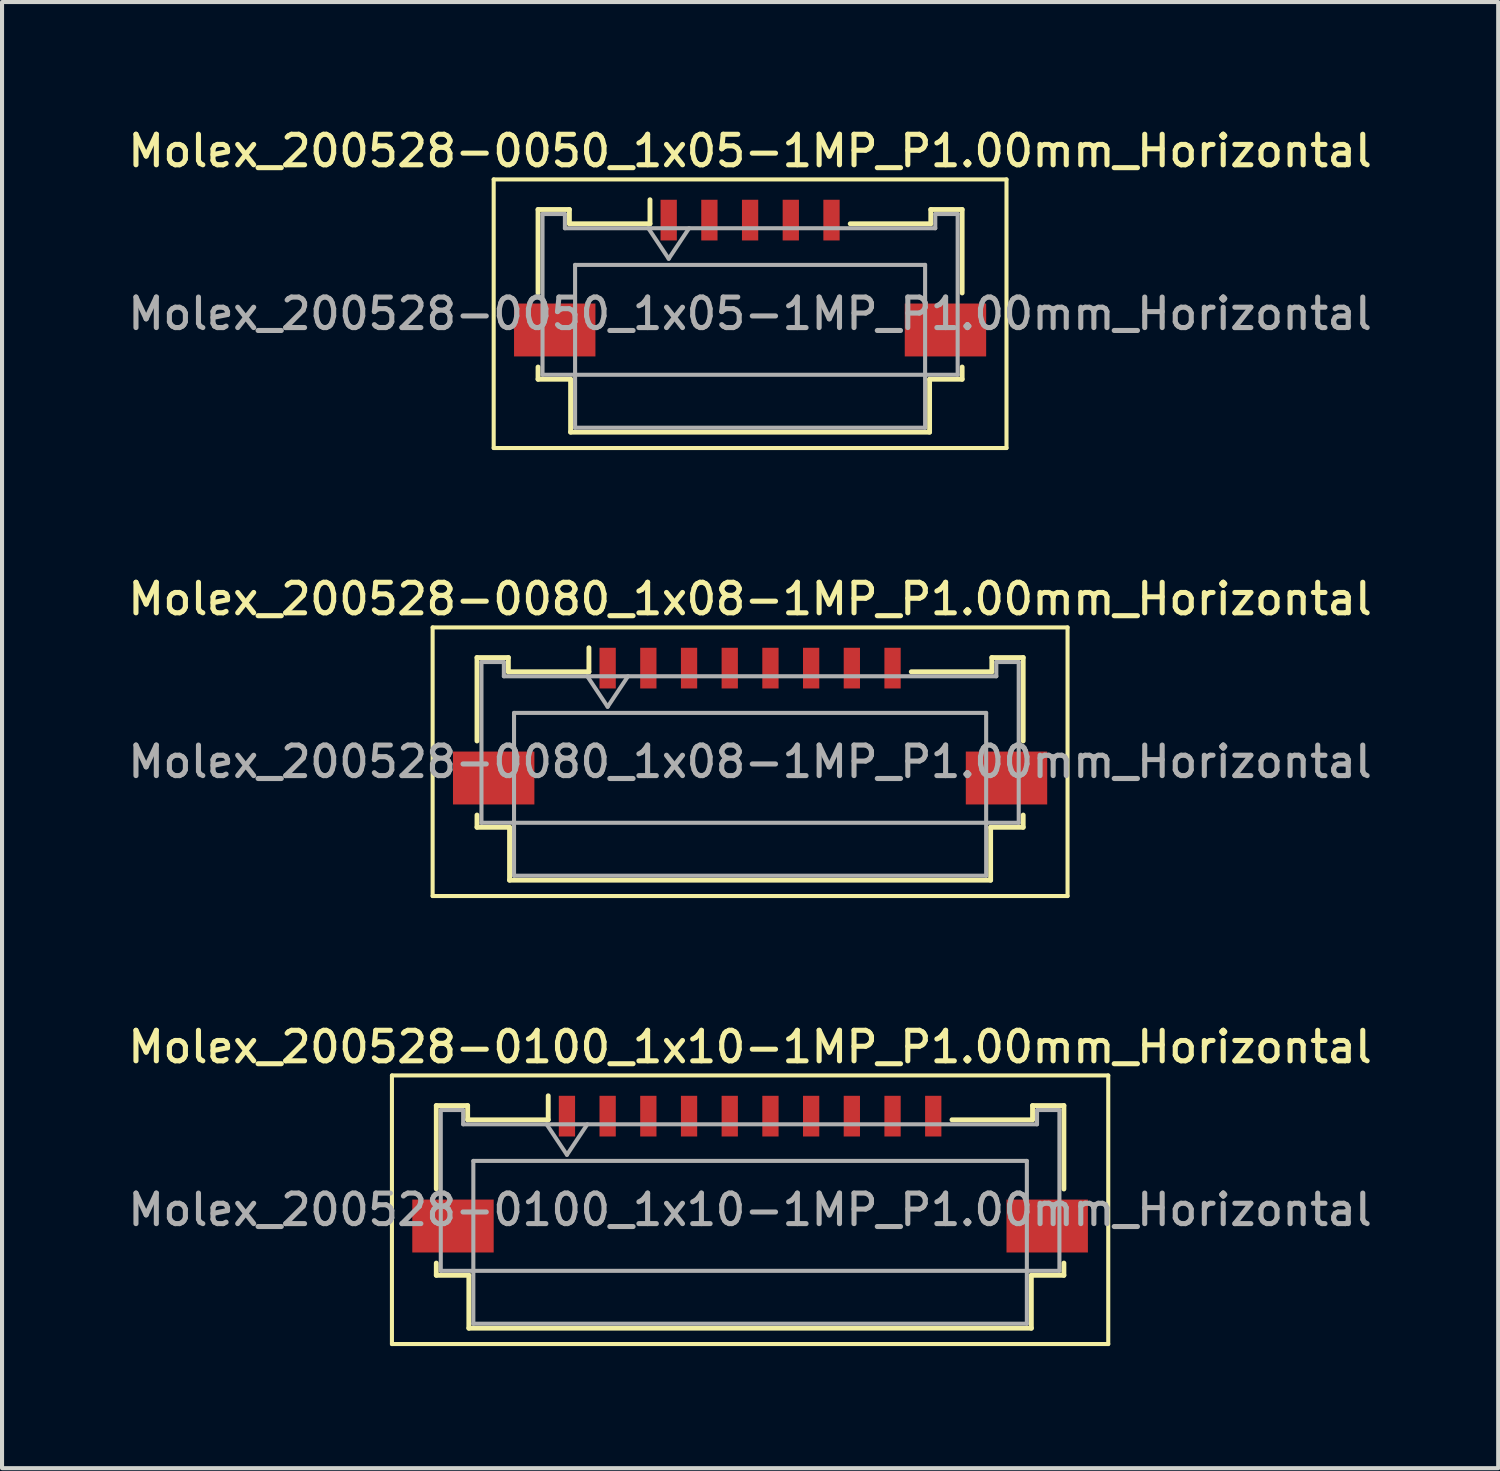
<source format=kicad_pcb>
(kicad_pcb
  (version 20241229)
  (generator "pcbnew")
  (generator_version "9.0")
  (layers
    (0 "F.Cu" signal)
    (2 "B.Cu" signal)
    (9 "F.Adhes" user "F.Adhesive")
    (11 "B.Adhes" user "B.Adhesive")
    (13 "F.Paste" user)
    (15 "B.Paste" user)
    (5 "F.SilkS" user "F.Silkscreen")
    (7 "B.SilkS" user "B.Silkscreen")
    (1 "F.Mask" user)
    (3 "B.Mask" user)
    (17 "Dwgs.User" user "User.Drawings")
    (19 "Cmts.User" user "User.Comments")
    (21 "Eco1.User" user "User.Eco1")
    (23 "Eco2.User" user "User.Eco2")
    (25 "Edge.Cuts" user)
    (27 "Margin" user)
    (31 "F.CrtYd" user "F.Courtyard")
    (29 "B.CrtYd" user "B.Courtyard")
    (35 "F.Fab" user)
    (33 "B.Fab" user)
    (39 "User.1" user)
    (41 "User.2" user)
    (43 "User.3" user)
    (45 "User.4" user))
  (footprint "Molex_200528-0100_1x10-1MP_P1.00mm_Horizontal"
    (layer "F.Cu")
    (at 15.38 25.284)
    (property "Reference" "Molex_200528-0100_1x10-1MP_P1.00mm_Horizontal" (at 0 -2.61 0) (layer "F.SilkS") (effects (font (size 0.75 0.75) (thickness 0.125))))
    (attr smd)
    (fp_line (start -8.8 -1.91) (end -8.8 4.69) (stroke (width 0.1) (type solid)) (layer "F.SilkS"))
    (fp_line (start -8.8 4.69) (end 8.8 4.69) (stroke (width 0.1) (type solid)) (layer "F.SilkS"))
    (fp_line (start -7.71 -1.17) (end -7.71 0.88) (stroke (width 0.12) (type solid)) (layer "F.SilkS"))
    (fp_line (start -7.71 2.7) (end -7.71 3) (stroke (width 0.12) (type solid)) (layer "F.SilkS"))
    (fp_line (start -7.71 3) (end -6.91 3) (stroke (width 0.12) (type solid)) (layer "F.SilkS"))
    (fp_line (start -6.94 -1.17) (end -7.71 -1.17) (stroke (width 0.12) (type solid)) (layer "F.SilkS"))
    (fp_line (start -6.94 -0.82) (end -6.94 -1.17) (stroke (width 0.12) (type solid)) (layer "F.SilkS"))
    (fp_line (start -6.91 3) (end -6.91 4.3) (stroke (width 0.12) (type solid)) (layer "F.SilkS"))
    (fp_line (start -6.91 4.3) (end 6.91 4.3) (stroke (width 0.12) (type solid)) (layer "F.SilkS"))
    (fp_line (start -4.96 -1.41) (end -4.96 -0.82) (stroke (width 0.12) (type solid)) (layer "F.SilkS"))
    (fp_line (start -4.96 -0.82) (end -6.94 -0.82) (stroke (width 0.12) (type solid)) (layer "F.SilkS"))
    (fp_line (start 6.91 3) (end 7.71 3) (stroke (width 0.12) (type solid)) (layer "F.SilkS"))
    (fp_line (start 6.91 4.3) (end 6.91 3) (stroke (width 0.12) (type solid)) (layer "F.SilkS"))
    (fp_line (start 6.94 -1.17) (end 6.94 -0.82) (stroke (width 0.12) (type solid)) (layer "F.SilkS"))
    (fp_line (start 6.94 -0.82) (end 4.96 -0.82) (stroke (width 0.12) (type solid)) (layer "F.SilkS"))
    (fp_line (start 7.71 -1.17) (end 6.94 -1.17) (stroke (width 0.12) (type solid)) (layer "F.SilkS"))
    (fp_line (start 7.71 0.88) (end 7.71 -1.17) (stroke (width 0.12) (type solid)) (layer "F.SilkS"))
    (fp_line (start 7.71 3) (end 7.71 2.7) (stroke (width 0.12) (type solid)) (layer "F.SilkS"))
    (fp_line (start 8.8 -1.91) (end -8.8 -1.91) (stroke (width 0.1) (type solid)) (layer "F.SilkS"))
    (fp_line (start 8.8 4.69) (end 8.8 -1.91) (stroke (width 0.1) (type solid)) (layer "F.SilkS"))
    (fp_line (start -7.6 -1.06) (end -7.6 2.89) (stroke (width 0.1) (type solid)) (layer "F.Fab"))
    (fp_line (start -7.6 2.89) (end 7.6 2.89) (stroke (width 0.1) (type solid)) (layer "F.Fab"))
    (fp_line (start -7.05 -1.06) (end -7.6 -1.06) (stroke (width 0.1) (type solid)) (layer "F.Fab"))
    (fp_line (start -7.05 -0.71) (end -7.05 -1.06) (stroke (width 0.1) (type solid)) (layer "F.Fab"))
    (fp_line (start -6.8 0.19) (end -6.8 4.19) (stroke (width 0.1) (type solid)) (layer "F.Fab"))
    (fp_line (start -6.8 4.19) (end 6.8 4.19) (stroke (width 0.1) (type solid)) (layer "F.Fab"))
    (fp_line (start -5 -0.71) (end -4.5 0.04) (stroke (width 0.1) (type solid)) (layer "F.Fab"))
    (fp_line (start -4.5 0.04) (end -4 -0.71) (stroke (width 0.1) (type solid)) (layer "F.Fab"))
    (fp_line (start 6.8 0.19) (end -6.8 0.19) (stroke (width 0.1) (type solid)) (layer "F.Fab"))
    (fp_line (start 6.8 4.19) (end 6.8 0.19) (stroke (width 0.1) (type solid)) (layer "F.Fab"))
    (fp_line (start 7.05 -1.06) (end 7.05 -0.71) (stroke (width 0.1) (type solid)) (layer "F.Fab"))
    (fp_line (start 7.05 -0.71) (end -7.05 -0.71) (stroke (width 0.1) (type solid)) (layer "F.Fab"))
    (fp_line (start 7.6 -1.06) (end 7.05 -1.06) (stroke (width 0.1) (type solid)) (layer "F.Fab"))
    (fp_line (start 7.6 2.89) (end 7.6 -1.06) (stroke (width 0.1) (type solid)) (layer "F.Fab"))
    (fp_text user "${REFERENCE}" (at 0 1.39 0) (layer "F.Fab") (effects (font (size 0.75 0.75) (thickness 0.125))))
    (pad "1" smd rect (at -4.5 -0.91) (size 0.4 1) (layers "F.Cu" "F.Mask" "F.Paste"))
    (pad "2" smd rect (at -3.5 -0.91) (size 0.4 1) (layers "F.Cu" "F.Mask" "F.Paste"))
    (pad "3" smd rect (at -2.5 -0.91) (size 0.4 1) (layers "F.Cu" "F.Mask" "F.Paste"))
    (pad "4" smd rect (at -1.5 -0.91) (size 0.4 1) (layers "F.Cu" "F.Mask" "F.Paste"))
    (pad "5" smd rect (at -0.5 -0.91) (size 0.4 1) (layers "F.Cu" "F.Mask" "F.Paste"))
    (pad "6" smd rect (at 0.5 -0.91) (size 0.4 1) (layers "F.Cu" "F.Mask" "F.Paste"))
    (pad "7" smd rect (at 1.5 -0.91) (size 0.4 1) (layers "F.Cu" "F.Mask" "F.Paste"))
    (pad "8" smd rect (at 2.5 -0.91) (size 0.4 1) (layers "F.Cu" "F.Mask" "F.Paste"))
    (pad "9" smd rect (at 3.5 -0.91) (size 0.4 1) (layers "F.Cu" "F.Mask" "F.Paste"))
    (pad "10" smd rect (at 4.5 -0.91) (size 0.4 1) (layers "F.Cu" "F.Mask" "F.Paste"))
    (pad "MP" smd rect (at -7.3 1.79) (size 2 1.3) (layers "F.Cu" "F.Mask" "F.Paste"))
    (pad "MP" smd rect (at 7.3 1.79) (size 2 1.3) (layers "F.Cu" "F.Mask" "F.Paste")))
  (footprint "Molex_200528-0080_1x08-1MP_P1.00mm_Horizontal"
    (layer "F.Cu")
    (at 15.38 14.276)
    (property "Reference" "Molex_200528-0080_1x08-1MP_P1.00mm_Horizontal" (at 0 -2.61 0) (layer "F.SilkS") (effects (font (size 0.75 0.75) (thickness 0.125))))
    (attr smd)
    (fp_line (start -7.8 -1.91) (end -7.8 4.69) (stroke (width 0.1) (type solid)) (layer "F.SilkS"))
    (fp_line (start -7.8 4.69) (end 7.8 4.69) (stroke (width 0.1) (type solid)) (layer "F.SilkS"))
    (fp_line (start -6.71 -1.17) (end -6.71 0.88) (stroke (width 0.12) (type solid)) (layer "F.SilkS"))
    (fp_line (start -6.71 2.7) (end -6.71 3) (stroke (width 0.12) (type solid)) (layer "F.SilkS"))
    (fp_line (start -6.71 3) (end -5.91 3) (stroke (width 0.12) (type solid)) (layer "F.SilkS"))
    (fp_line (start -5.94 -1.17) (end -6.71 -1.17) (stroke (width 0.12) (type solid)) (layer "F.SilkS"))
    (fp_line (start -5.94 -0.82) (end -5.94 -1.17) (stroke (width 0.12) (type solid)) (layer "F.SilkS"))
    (fp_line (start -5.91 3) (end -5.91 4.3) (stroke (width 0.12) (type solid)) (layer "F.SilkS"))
    (fp_line (start -5.91 4.3) (end 5.91 4.3) (stroke (width 0.12) (type solid)) (layer "F.SilkS"))
    (fp_line (start -3.96 -1.41) (end -3.96 -0.82) (stroke (width 0.12) (type solid)) (layer "F.SilkS"))
    (fp_line (start -3.96 -0.82) (end -5.94 -0.82) (stroke (width 0.12) (type solid)) (layer "F.SilkS"))
    (fp_line (start 5.91 3) (end 6.71 3) (stroke (width 0.12) (type solid)) (layer "F.SilkS"))
    (fp_line (start 5.91 4.3) (end 5.91 3) (stroke (width 0.12) (type solid)) (layer "F.SilkS"))
    (fp_line (start 5.94 -1.17) (end 5.94 -0.82) (stroke (width 0.12) (type solid)) (layer "F.SilkS"))
    (fp_line (start 5.94 -0.82) (end 3.96 -0.82) (stroke (width 0.12) (type solid)) (layer "F.SilkS"))
    (fp_line (start 6.71 -1.17) (end 5.94 -1.17) (stroke (width 0.12) (type solid)) (layer "F.SilkS"))
    (fp_line (start 6.71 0.88) (end 6.71 -1.17) (stroke (width 0.12) (type solid)) (layer "F.SilkS"))
    (fp_line (start 6.71 3) (end 6.71 2.7) (stroke (width 0.12) (type solid)) (layer "F.SilkS"))
    (fp_line (start 7.8 -1.91) (end -7.8 -1.91) (stroke (width 0.1) (type solid)) (layer "F.SilkS"))
    (fp_line (start 7.8 4.69) (end 7.8 -1.91) (stroke (width 0.1) (type solid)) (layer "F.SilkS"))
    (fp_line (start -6.6 -1.06) (end -6.6 2.89) (stroke (width 0.1) (type solid)) (layer "F.Fab"))
    (fp_line (start -6.6 2.89) (end 6.6 2.89) (stroke (width 0.1) (type solid)) (layer "F.Fab"))
    (fp_line (start -6.05 -1.06) (end -6.6 -1.06) (stroke (width 0.1) (type solid)) (layer "F.Fab"))
    (fp_line (start -6.05 -0.71) (end -6.05 -1.06) (stroke (width 0.1) (type solid)) (layer "F.Fab"))
    (fp_line (start -5.8 0.19) (end -5.8 4.19) (stroke (width 0.1) (type solid)) (layer "F.Fab"))
    (fp_line (start -5.8 4.19) (end 5.8 4.19) (stroke (width 0.1) (type solid)) (layer "F.Fab"))
    (fp_line (start -4 -0.71) (end -3.5 0.04) (stroke (width 0.1) (type solid)) (layer "F.Fab"))
    (fp_line (start -3.5 0.04) (end -3 -0.71) (stroke (width 0.1) (type solid)) (layer "F.Fab"))
    (fp_line (start 5.8 0.19) (end -5.8 0.19) (stroke (width 0.1) (type solid)) (layer "F.Fab"))
    (fp_line (start 5.8 4.19) (end 5.8 0.19) (stroke (width 0.1) (type solid)) (layer "F.Fab"))
    (fp_line (start 6.05 -1.06) (end 6.05 -0.71) (stroke (width 0.1) (type solid)) (layer "F.Fab"))
    (fp_line (start 6.05 -0.71) (end -6.05 -0.71) (stroke (width 0.1) (type solid)) (layer "F.Fab"))
    (fp_line (start 6.6 -1.06) (end 6.05 -1.06) (stroke (width 0.1) (type solid)) (layer "F.Fab"))
    (fp_line (start 6.6 2.89) (end 6.6 -1.06) (stroke (width 0.1) (type solid)) (layer "F.Fab"))
    (fp_text user "${REFERENCE}" (at 0 1.39 0) (layer "F.Fab") (effects (font (size 0.75 0.75) (thickness 0.125))))
    (pad "1" smd rect (at -3.5 -0.91) (size 0.4 1) (layers "F.Cu" "F.Mask" "F.Paste"))
    (pad "2" smd rect (at -2.5 -0.91) (size 0.4 1) (layers "F.Cu" "F.Mask" "F.Paste"))
    (pad "3" smd rect (at -1.5 -0.91) (size 0.4 1) (layers "F.Cu" "F.Mask" "F.Paste"))
    (pad "4" smd rect (at -0.5 -0.91) (size 0.4 1) (layers "F.Cu" "F.Mask" "F.Paste"))
    (pad "5" smd rect (at 0.5 -0.91) (size 0.4 1) (layers "F.Cu" "F.Mask" "F.Paste"))
    (pad "6" smd rect (at 1.5 -0.91) (size 0.4 1) (layers "F.Cu" "F.Mask" "F.Paste"))
    (pad "7" smd rect (at 2.5 -0.91) (size 0.4 1) (layers "F.Cu" "F.Mask" "F.Paste"))
    (pad "8" smd rect (at 3.5 -0.91) (size 0.4 1) (layers "F.Cu" "F.Mask" "F.Paste"))
    (pad "MP" smd rect (at -6.3 1.79) (size 2 1.3) (layers "F.Cu" "F.Mask" "F.Paste"))
    (pad "MP" smd rect (at 6.3 1.79) (size 2 1.3) (layers "F.Cu" "F.Mask" "F.Paste")))
  (footprint "Molex_200528-0050_1x05-1MP_P1.00mm_Horizontal"
    (layer "F.Cu")
    (at 15.38 3.268)
    (property "Reference" "Molex_200528-0050_1x05-1MP_P1.00mm_Horizontal" (at 0 -2.61 0) (layer "F.SilkS") (effects (font (size 0.75 0.75) (thickness 0.125))))
    (attr smd)
    (fp_line (start -6.3 -1.91) (end -6.3 4.69) (stroke (width 0.1) (type solid)) (layer "F.SilkS"))
    (fp_line (start -6.3 4.69) (end 6.3 4.69) (stroke (width 0.1) (type solid)) (layer "F.SilkS"))
    (fp_line (start -5.21 -1.17) (end -5.21 0.88) (stroke (width 0.12) (type solid)) (layer "F.SilkS"))
    (fp_line (start -5.21 2.7) (end -5.21 3) (stroke (width 0.12) (type solid)) (layer "F.SilkS"))
    (fp_line (start -5.21 3) (end -4.41 3) (stroke (width 0.12) (type solid)) (layer "F.SilkS"))
    (fp_line (start -4.44 -1.17) (end -5.21 -1.17) (stroke (width 0.12) (type solid)) (layer "F.SilkS"))
    (fp_line (start -4.44 -0.82) (end -4.44 -1.17) (stroke (width 0.12) (type solid)) (layer "F.SilkS"))
    (fp_line (start -4.41 3) (end -4.41 4.3) (stroke (width 0.12) (type solid)) (layer "F.SilkS"))
    (fp_line (start -4.41 4.3) (end 4.41 4.3) (stroke (width 0.12) (type solid)) (layer "F.SilkS"))
    (fp_line (start -2.46 -1.41) (end -2.46 -0.82) (stroke (width 0.12) (type solid)) (layer "F.SilkS"))
    (fp_line (start -2.46 -0.82) (end -4.44 -0.82) (stroke (width 0.12) (type solid)) (layer "F.SilkS"))
    (fp_line (start 4.41 3) (end 5.21 3) (stroke (width 0.12) (type solid)) (layer "F.SilkS"))
    (fp_line (start 4.41 4.3) (end 4.41 3) (stroke (width 0.12) (type solid)) (layer "F.SilkS"))
    (fp_line (start 4.44 -1.17) (end 4.44 -0.82) (stroke (width 0.12) (type solid)) (layer "F.SilkS"))
    (fp_line (start 4.44 -0.82) (end 2.46 -0.82) (stroke (width 0.12) (type solid)) (layer "F.SilkS"))
    (fp_line (start 5.21 -1.17) (end 4.44 -1.17) (stroke (width 0.12) (type solid)) (layer "F.SilkS"))
    (fp_line (start 5.21 0.88) (end 5.21 -1.17) (stroke (width 0.12) (type solid)) (layer "F.SilkS"))
    (fp_line (start 5.21 3) (end 5.21 2.7) (stroke (width 0.12) (type solid)) (layer "F.SilkS"))
    (fp_line (start 6.3 -1.91) (end -6.3 -1.91) (stroke (width 0.1) (type solid)) (layer "F.SilkS"))
    (fp_line (start 6.3 4.69) (end 6.3 -1.91) (stroke (width 0.1) (type solid)) (layer "F.SilkS"))
    (fp_line (start -5.1 -1.06) (end -5.1 2.89) (stroke (width 0.1) (type solid)) (layer "F.Fab"))
    (fp_line (start -5.1 2.89) (end 5.1 2.89) (stroke (width 0.1) (type solid)) (layer "F.Fab"))
    (fp_line (start -4.55 -1.06) (end -5.1 -1.06) (stroke (width 0.1) (type solid)) (layer "F.Fab"))
    (fp_line (start -4.55 -0.71) (end -4.55 -1.06) (stroke (width 0.1) (type solid)) (layer "F.Fab"))
    (fp_line (start -4.3 0.19) (end -4.3 4.19) (stroke (width 0.1) (type solid)) (layer "F.Fab"))
    (fp_line (start -4.3 4.19) (end 4.3 4.19) (stroke (width 0.1) (type solid)) (layer "F.Fab"))
    (fp_line (start -2.5 -0.71) (end -2 0.04) (stroke (width 0.1) (type solid)) (layer "F.Fab"))
    (fp_line (start -2 0.04) (end -1.5 -0.71) (stroke (width 0.1) (type solid)) (layer "F.Fab"))
    (fp_line (start 4.3 0.19) (end -4.3 0.19) (stroke (width 0.1) (type solid)) (layer "F.Fab"))
    (fp_line (start 4.3 4.19) (end 4.3 0.19) (stroke (width 0.1) (type solid)) (layer "F.Fab"))
    (fp_line (start 4.55 -1.06) (end 4.55 -0.71) (stroke (width 0.1) (type solid)) (layer "F.Fab"))
    (fp_line (start 4.55 -0.71) (end -4.55 -0.71) (stroke (width 0.1) (type solid)) (layer "F.Fab"))
    (fp_line (start 5.1 -1.06) (end 4.55 -1.06) (stroke (width 0.1) (type solid)) (layer "F.Fab"))
    (fp_line (start 5.1 2.89) (end 5.1 -1.06) (stroke (width 0.1) (type solid)) (layer "F.Fab"))
    (fp_text user "${REFERENCE}" (at 0 1.39 0) (layer "F.Fab") (effects (font (size 0.75 0.75) (thickness 0.125))))
    (pad "1" smd rect (at -2 -0.91) (size 0.4 1) (layers "F.Cu" "F.Mask" "F.Paste"))
    (pad "2" smd rect (at -1 -0.91) (size 0.4 1) (layers "F.Cu" "F.Mask" "F.Paste"))
    (pad "3" smd rect (at 0 -0.91) (size 0.4 1) (layers "F.Cu" "F.Mask" "F.Paste"))
    (pad "4" smd rect (at 1 -0.91) (size 0.4 1) (layers "F.Cu" "F.Mask" "F.Paste"))
    (pad "5" smd rect (at 2 -0.91) (size 0.4 1) (layers "F.Cu" "F.Mask" "F.Paste"))
    (pad "MP" smd rect (at -4.8 1.79) (size 2 1.3) (layers "F.Cu" "F.Mask" "F.Paste"))
    (pad "MP" smd rect (at 4.8 1.79) (size 2 1.3) (layers "F.Cu" "F.Mask" "F.Paste")))
  (gr_rect
    (start -3 -3)
    (end 33.761 33.024)
    (stroke (width 0.1) (type default))
    (fill no)
    (layer "Edge.Cuts")))
</source>
